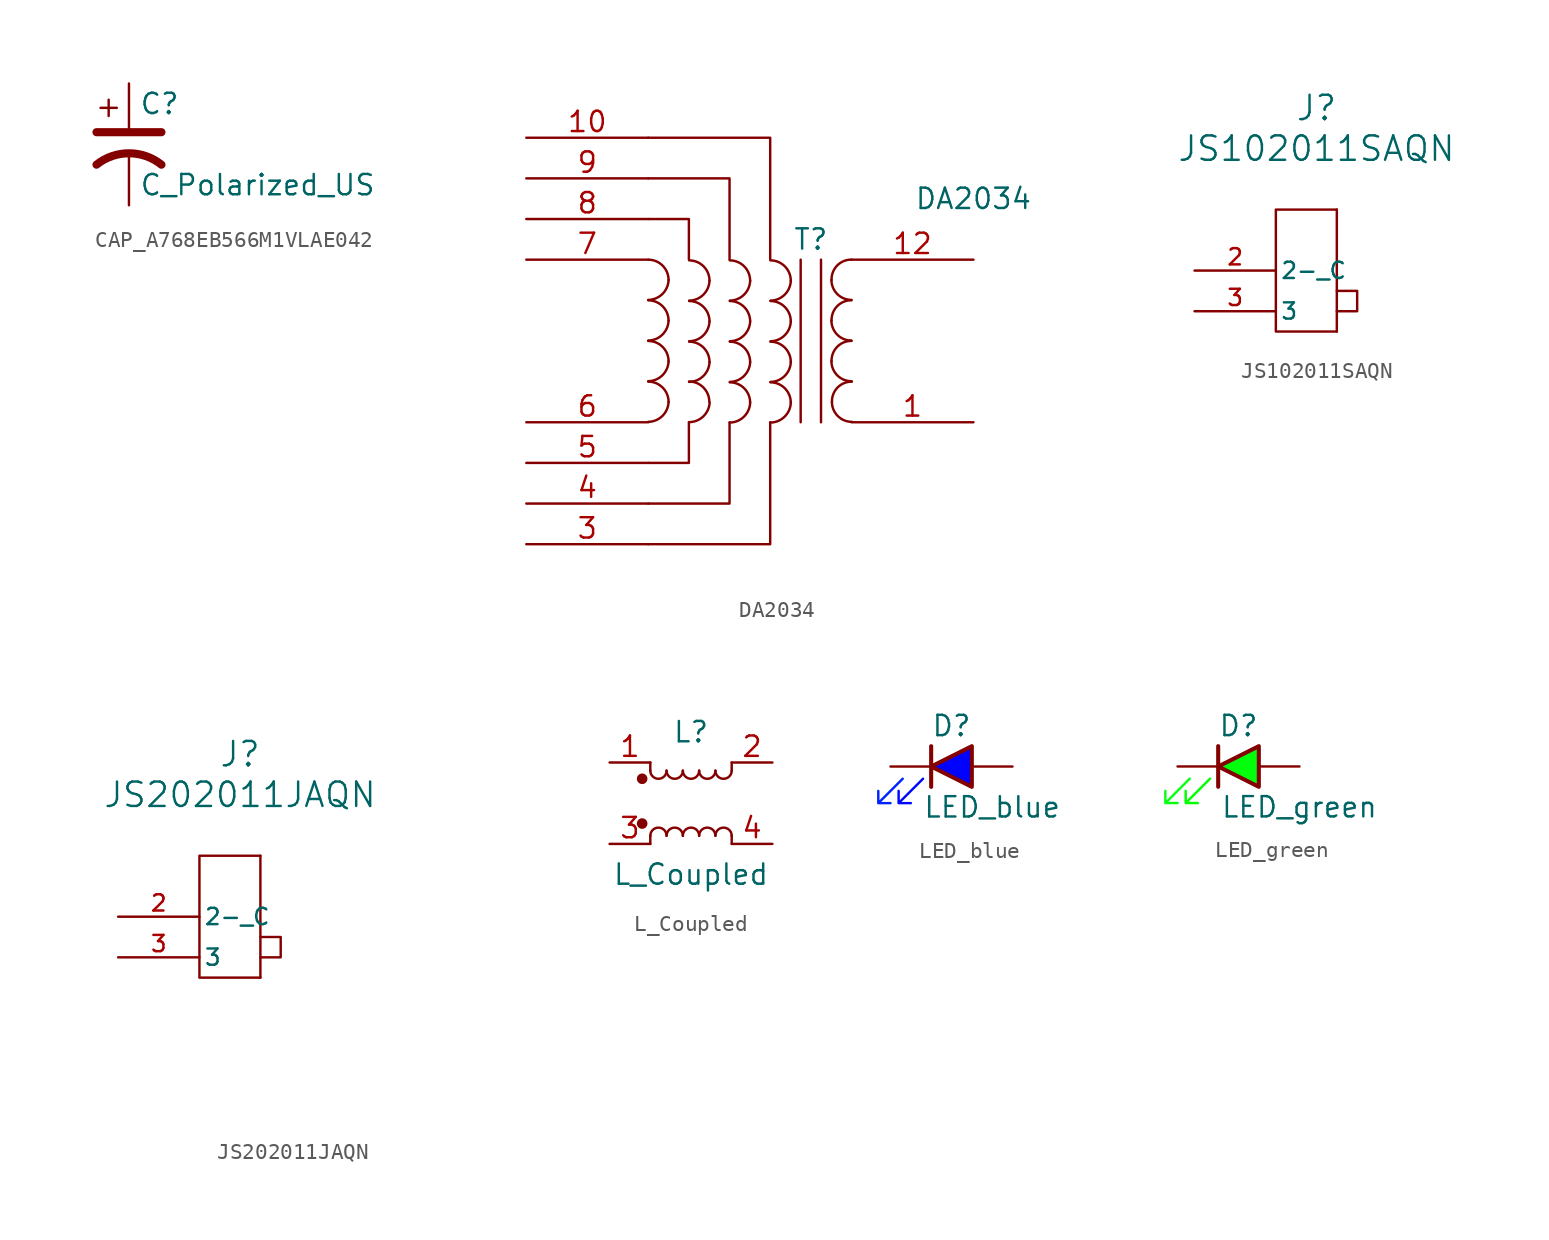
<source format=kicad_sym>
(kicad_symbol_lib
  (version 20241209)
  (generator "kicad_symbol_editor")
  (generator_version "9.0")
  (symbol "CAP_A768EB566M1VLAE042"
    (pin_numbers
      (hide yes))
    (pin_names
      (offset 0.254)
      (hide yes))
    (property "Reference" "C"
      (at 0.635 2.54 0)
      (effects (font (size 1.27 1.27)) (justify left)))
    (property "Value" "C_Polarized_US"
      (at 0.635 -2.54 0)
      (effects (font (size 1.27 1.27)) (justify left)))
    (symbol "CAP_A768EB566M1VLAE042_0_1"
      (polyline (pts (xy -2.032 0.762) (xy 2.032 0.762)) (stroke (width 0.508) (type default)) (fill (type none)))
      (polyline (pts (xy -1.778 2.286) (xy -0.762 2.286)) (stroke (width 0) (type default)) (fill (type none)))
      (polyline (pts (xy -1.27 1.778) (xy -1.27 2.794)) (stroke (width 0) (type default)) (fill (type none)))
      (arc (start -2.032 -1.27) (mid 0 -0.5572) (end 2.032 -1.27) (stroke (width 0.508) (type default)) (fill (type none))))
    (symbol "CAP_A768EB566M1VLAE042_1_1"
      (pin passive line (at 0 3.81 270) (length 2.794) (name "~" (effects (font (size 1.27 1.27)))) (number "1" (effects (font (size 1.27 1.27)))))
      (pin passive line (at 0 -3.81 90) (length 3.302) (name "~" (effects (font (size 1.27 1.27)))) (number "2" (effects (font (size 1.27 1.27)))))))
  (symbol "DA2034"
    (pin_names
      (offset 1.016)
      (hide yes))
    (property "Reference" "T"
      (at 0 6.35 0)
      (effects (font (size 1.27 1.27))))
    (property "Value" "DA2034"
      (at 10.16 8.89 0)
      (effects (font (size 1.27 1.27))))
    (symbol "DA2034_0_1"
      (arc (start -8.89 3.81) (mid -9.2761 2.9337) (end -10.16 2.5654) (stroke (width 0) (type default)) (fill (type none)))
      (arc (start -8.89 1.27) (mid -9.2761 0.3937) (end -10.16 0.0254) (stroke (width 0) (type default)) (fill (type none)))
      (arc (start -8.89 -1.27) (mid -9.2761 -2.1463) (end -10.16 -2.5146) (stroke (width 0) (type default)) (fill (type none)))
      (arc (start -8.89 -3.81) (mid -9.2761 -4.6863) (end -10.16 -5.0546) (stroke (width 0) (type default)) (fill (type none)))
      (arc (start -10.16 5.08) (mid -9.262 4.708) (end -8.89 3.81) (stroke (width 0) (type default)) (fill (type none)))
      (arc (start -10.16 2.54) (mid -9.262 2.168) (end -8.89 1.27) (stroke (width 0) (type default)) (fill (type none)))
      (arc (start -10.16 0) (mid -9.262 -0.372) (end -8.89 -1.27) (stroke (width 0) (type default)) (fill (type none)))
      (arc (start -10.16 -2.54) (mid -9.262 -2.912) (end -8.89 -3.81) (stroke (width 0) (type default)) (fill (type none)))
      (polyline (pts (xy -10.16 12.7) (xy -2.54 12.7) (xy -2.54 5.08)) (stroke (width 0) (type default)) (fill (type none)))
      (polyline (pts (xy -10.16 7.62) (xy -7.62 7.62) (xy -7.62 5.08)) (stroke (width 0) (type default)) (fill (type none)))
      (polyline (pts (xy -10.16 -7.62) (xy -7.62 -7.62) (xy -7.62 -5.08)) (stroke (width 0) (type default)) (fill (type none)))
      (polyline (pts (xy -10.16 -12.7) (xy -2.54 -12.7) (xy -2.54 -5.08)) (stroke (width 0) (type default)) (fill (type none)))
      (arc (start -6.3317 3.7657) (mid -6.7178 2.8894) (end -7.6017 2.5211) (stroke (width 0) (type default)) (fill (type none)))
      (arc (start -6.3317 1.2257) (mid -6.7178 0.3494) (end -7.6017 -0.0189) (stroke (width 0) (type default)) (fill (type none)))
      (arc (start -6.3317 -1.3143) (mid -6.7178 -2.1906) (end -7.6017 -2.5589) (stroke (width 0) (type default)) (fill (type none)))
      (arc (start -7.6116 -2.5316) (mid -6.716 -2.906) (end -6.3416 -3.8016) (stroke (width 0) (type default)) (fill (type none)))
      (arc (start -6.3233 -3.8459) (mid -6.7225 -4.7162) (end -7.6116 -5.0716) (stroke (width 0) (type default)) (fill (type none)))
      (arc (start -7.6017 5.0357) (mid -6.7037 4.6637) (end -6.3317 3.7657) (stroke (width 0) (type default)) (fill (type none)))
      (arc (start -7.6017 2.4957) (mid -6.7037 2.1237) (end -6.3317 1.2257) (stroke (width 0) (type default)) (fill (type none)))
      (arc (start -7.6017 -0.0443) (mid -6.7037 -0.4163) (end -6.3317 -1.3143) (stroke (width 0) (type default)) (fill (type none)))
      (arc (start -3.7917 3.7657) (mid -4.1778 2.8894) (end -5.0617 2.5211) (stroke (width 0) (type default)) (fill (type none)))
      (arc (start -3.7917 1.2257) (mid -4.1778 0.3494) (end -5.0617 -0.0189) (stroke (width 0) (type default)) (fill (type none)))
      (arc (start -3.7917 -1.3143) (mid -4.1778 -2.1906) (end -5.0617 -2.5589) (stroke (width 0) (type default)) (fill (type none)))
      (arc (start -3.7917 -3.8543) (mid -4.1778 -4.7306) (end -5.0617 -5.0989) (stroke (width 0) (type default)) (fill (type none)))
      (polyline (pts (xy -5.08 5.08) (xy -5.08 10.16) (xy -10.16 10.16)) (stroke (width 0) (type default)) (fill (type none)))
      (polyline (pts (xy -5.08 -5.08) (xy -5.08 -10.16) (xy -10.16 -10.16)) (stroke (width 0) (type default)) (fill (type none)))
      (arc (start -5.0617 5.0357) (mid -4.1637 4.6637) (end -3.7917 3.7657) (stroke (width 0) (type default)) (fill (type none)))
      (arc (start -5.0617 2.4957) (mid -4.1637 2.1237) (end -3.7917 1.2257) (stroke (width 0) (type default)) (fill (type none)))
      (arc (start -5.0617 -0.0443) (mid -4.1637 -0.4163) (end -3.7917 -1.3143) (stroke (width 0) (type default)) (fill (type none)))
      (arc (start -5.0617 -2.5843) (mid -4.1637 -2.9563) (end -3.7917 -3.8543) (stroke (width 0) (type default)) (fill (type none)))
      (arc (start -1.2517 3.7657) (mid -1.6378 2.8894) (end -2.5217 2.5211) (stroke (width 0) (type default)) (fill (type none)))
      (arc (start -1.2517 1.2257) (mid -1.6378 0.3494) (end -2.5217 -0.0189) (stroke (width 0) (type default)) (fill (type none)))
      (arc (start -1.2517 -1.3143) (mid -1.6378 -2.1906) (end -2.5217 -2.5589) (stroke (width 0) (type default)) (fill (type none)))
      (arc (start -1.2517 -3.8543) (mid -1.6378 -4.7306) (end -2.5217 -5.0989) (stroke (width 0) (type default)) (fill (type none)))
      (arc (start -2.5217 5.0357) (mid -1.6237 4.6637) (end -1.2517 3.7657) (stroke (width 0) (type default)) (fill (type none)))
      (arc (start -2.5217 2.4957) (mid -1.6237 2.1237) (end -1.2517 1.2257) (stroke (width 0) (type default)) (fill (type none)))
      (arc (start -2.5217 -0.0443) (mid -1.6237 -0.4163) (end -1.2517 -1.3143) (stroke (width 0) (type default)) (fill (type none)))
      (arc (start -2.5217 -2.5843) (mid -1.6237 -2.9563) (end -1.2517 -3.8543) (stroke (width 0) (type default)) (fill (type none)))
      (polyline (pts (xy -0.635 5.08) (xy -0.635 -5.08)) (stroke (width 0) (type default)) (fill (type none)))
      (polyline (pts (xy 0.635 -5.08) (xy 0.635 5.08)) (stroke (width 0) (type default)) (fill (type none)))
      (arc (start 1.2954 3.81) (mid 1.6457 4.7117) (end 2.54 5.08) (stroke (width 0) (type default)) (fill (type none)))
      (arc (start 1.2954 1.27) (mid 1.6457 2.1717) (end 2.54 2.54) (stroke (width 0) (type default)) (fill (type none)))
      (arc (start 1.2954 -1.27) (mid 1.6457 -0.3683) (end 2.54 0) (stroke (width 0) (type default)) (fill (type none)))
      (arc (start 2.54 2.5654) (mid 1.6599 2.9299) (end 1.2954 3.81) (stroke (width 0) (type default)) (fill (type none)))
      (arc (start 2.54 0.0254) (mid 1.6599 0.3899) (end 1.2954 1.27) (stroke (width 0) (type default)) (fill (type none)))
      (arc (start 2.54 -2.5146) (mid 1.6599 -2.1501) (end 1.2954 -1.27) (stroke (width 0) (type default)) (fill (type none)))
      (arc (start 1.3208 -3.81) (mid 1.6711 -2.9085) (end 2.5654 -2.54) (stroke (width 0) (type default)) (fill (type none)))
      (arc (start 2.5654 -5.0546) (mid 1.6851 -4.6902) (end 1.3208 -3.81) (stroke (width 0) (type default)) (fill (type none))))
    (symbol "DA2034_1_1"
      (pin passive line (at -17.78 12.7 0) (length 7.62) (name "AA" (effects (font (size 1.27 1.27)))) (number "10" (effects (font (size 1.27 1.27)))))
      (pin passive line (at -17.78 10.16 0) (length 7.62) (name "AA" (effects (font (size 1.27 1.27)))) (number "9" (effects (font (size 1.27 1.27)))))
      (pin passive line (at -17.78 7.62 0) (length 7.62) (name "AA" (effects (font (size 1.27 1.27)))) (number "8" (effects (font (size 1.27 1.27)))))
      (pin passive line (at -17.78 5.08 0) (length 7.62) (name "AA" (effects (font (size 1.27 1.27)))) (number "7" (effects (font (size 1.27 1.27)))))
      (pin no_connect line (at -17.78 2.54 0) (length 5) (hide yes) (name "AA" (effects (font (size 1.27 1.27)))) (number "11" (effects (font (size 1.27 1.27)))))
      (pin no_connect line (at -17.78 -2.54 0) (length 5) (hide yes) (name "AA" (effects (font (size 1.27 1.27)))) (number "2" (effects (font (size 1.27 1.27)))))
      (pin passive line (at -17.78 -5.08 0) (length 7.62) (name "AA" (effects (font (size 1.27 1.27)))) (number "6" (effects (font (size 1.27 1.27)))))
      (pin passive line (at -17.78 -7.62 0) (length 7.62) (name "AB" (effects (font (size 1.27 1.27)))) (number "5" (effects (font (size 1.27 1.27)))))
      (pin passive line (at -17.78 -10.16 0) (length 7.62) (name "AB" (effects (font (size 1.27 1.27)))) (number "4" (effects (font (size 1.27 1.27)))))
      (pin passive line (at -17.78 -12.7 0) (length 7.62) (name "AB" (effects (font (size 1.27 1.27)))) (number "3" (effects (font (size 1.27 1.27)))))
      (pin passive line (at 10.16 5.08 180) (length 7.62) (name "SB" (effects (font (size 1.27 1.27)))) (number "12" (effects (font (size 1.27 1.27)))))
      (pin passive line (at 10.16 -5.08 180) (length 7.62) (name "SB" (effects (font (size 1.27 1.27)))) (number "1" (effects (font (size 1.27 1.27)))))))
  (symbol "JS102011SAQN"
    (pin_names
      (offset 0.254))
    (property "Reference" "J"
      (at 1.27 8.89 0)
      (effects (font (size 1.524 1.524))))
    (property "Value" "JS102011SAQN"
      (at 1.27 6.35 0)
      (effects (font (size 1.524 1.524))))
    (symbol "JS102011SAQN_0_0"
      (pin bidirectional line (at -6.35 -1.27 0) (length 5.08) (name "2-_C" (effects (font (size 1.016 1.016)))) (number "2" (effects (font (size 1.016 1.016)))))
      (pin bidirectional line (at -6.35 -3.81 0) (length 5.08) (name "3" (effects (font (size 1.016 1.016)))) (number "3" (effects (font (size 1.016 1.016))))))
    (symbol "JS102011SAQN_0_1"
      (polyline (pts (xy 2.54 -2.54) (xy 3.81 -2.54) (xy 3.81 -3.81) (xy 2.54 -3.81)) (stroke (width 0) (type default)) (fill (type none))))
    (symbol "JS102011SAQN_1_0"
      (pin no_connect line (at 1.27 -3.81 90) (length 5.08) (hide yes) (name "1" (effects (font (size 1.016 1.016)))) (number "1" (effects (font (size 1.016 1.016))))))
    (symbol "JS102011SAQN_1_1"
      (polyline (pts (xy 2.54 2.54) (xy 2.54 -5.08)) (stroke (width 0) (type default)) (fill (type none)))
      (polyline (pts (xy 2.54 -5.08) (xy -1.27 -5.08) (xy -1.27 2.54) (xy 2.54 2.54)) (stroke (width 0) (type default)) (fill (type none)))))
  (symbol "JS202011JAQN"
    (pin_names
      (offset 0.254))
    (property "Reference" "J"
      (at 1.27 8.89 0)
      (effects (font (size 1.524 1.524))))
    (property "Value" "JS202011JAQN"
      (at 1.27 6.35 0)
      (effects (font (size 1.524 1.524))))
    (symbol "JS202011JAQN_0_0"
      (pin bidirectional line (at -6.35 -1.27 0) (length 5.08) (name "2-_C" (effects (font (size 1.016 1.016)))) (number "2" (effects (font (size 1.016 1.016)))))
      (pin bidirectional line (at -6.35 -3.81 0) (length 5.08) (name "3" (effects (font (size 1.016 1.016)))) (number "3" (effects (font (size 1.016 1.016))))))
    (symbol "JS202011JAQN_0_1"
      (polyline (pts (xy 2.54 -2.54) (xy 3.81 -2.54) (xy 3.81 -3.81) (xy 2.54 -3.81)) (stroke (width 0) (type default)) (fill (type none))))
    (symbol "JS202011JAQN_1_0"
      (pin no_connect line (at -1.27 -7.62 180) (length 5.08) (hide yes) (name "5" (effects (font (size 1.016 1.016)))) (number "4" (effects (font (size 1.016 1.016)))))
      (pin no_connect line (at -1.27 -10.16 180) (length 5.08) (hide yes) (name "6_-_C" (effects (font (size 1.016 1.016)))) (number "5" (effects (font (size 1.016 1.016)))))
      (pin no_connect line (at -1.27 -12.7 180) (length 5.08) (hide yes) (name "7" (effects (font (size 1.016 1.016)))) (number "6" (effects (font (size 1.016 1.016)))))
      (pin no_connect line (at 11.43 2.54 0) (length 5.08) (hide yes) (name "1" (effects (font (size 1.016 1.016)))) (number "1" (effects (font (size 1.016 1.016))))))
    (symbol "JS202011JAQN_1_1"
      (polyline (pts (xy 2.54 2.54) (xy 2.54 -5.08)) (stroke (width 0) (type default)) (fill (type none)))
      (polyline (pts (xy 2.54 -5.08) (xy -1.27 -5.08) (xy -1.27 2.54) (xy 2.54 2.54)) (stroke (width 0) (type default)) (fill (type none)))))
  (symbol "L_Coupled"
    (pin_names
      (offset 0.254)
      (hide yes))
    (property "Reference" "L"
      (at 0 4.445 0)
      (effects (font (size 1.27 1.27))))
    (property "Value" "L_Coupled"
      (at 0 -4.445 0)
      (effects (font (size 1.27 1.27))))
    (symbol "L_Coupled_0_1"
      (circle (center -3.048 1.524) (radius 0.254) (stroke (width 0) (type default)) (fill (type outline)))
      (circle (center -3.048 -1.27) (radius 0.254) (stroke (width 0) (type default)) (fill (type outline)))
      (polyline (pts (xy -2.54 2.032) (xy -2.54 2.54)) (stroke (width 0) (type default)) (fill (type none)))
      (polyline (pts (xy -2.54 -2.032) (xy -2.54 -2.54)) (stroke (width 0) (type default)) (fill (type none)))
      (arc (start -1.524 2.032) (mid -2.032 1.5262) (end -2.54 2.032) (stroke (width 0) (type default)) (fill (type none)))
      (arc (start -2.54 -2.032) (mid -2.032 -1.5262) (end -1.524 -2.032) (stroke (width 0) (type default)) (fill (type none)))
      (arc (start -0.508 2.032) (mid -1.016 1.5262) (end -1.524 2.032) (stroke (width 0) (type default)) (fill (type none)))
      (arc (start -1.524 -2.032) (mid -1.016 -1.5262) (end -0.508 -2.032) (stroke (width 0) (type default)) (fill (type none)))
      (arc (start 0.508 2.032) (mid 0 1.5262) (end -0.508 2.032) (stroke (width 0) (type default)) (fill (type none)))
      (arc (start -0.508 -2.032) (mid 0 -1.5262) (end 0.508 -2.032) (stroke (width 0) (type default)) (fill (type none)))
      (arc (start 1.524 2.032) (mid 1.016 1.5262) (end 0.508 2.032) (stroke (width 0) (type default)) (fill (type none)))
      (arc (start 0.508 -2.032) (mid 1.016 -1.5262) (end 1.524 -2.032) (stroke (width 0) (type default)) (fill (type none)))
      (arc (start 2.54 2.032) (mid 2.032 1.5262) (end 1.524 2.032) (stroke (width 0) (type default)) (fill (type none)))
      (arc (start 1.524 -2.032) (mid 2.032 -1.5262) (end 2.54 -2.032) (stroke (width 0) (type default)) (fill (type none)))
      (polyline (pts (xy 2.54 2.54) (xy 2.54 2.032)) (stroke (width 0) (type default)) (fill (type none)))
      (polyline (pts (xy 2.54 -2.032) (xy 2.54 -2.54)) (stroke (width 0) (type default)) (fill (type none))))
    (symbol "L_Coupled_1_1"
      (pin passive line (at -5.08 2.54 0) (length 2.54) (name "1" (effects (font (size 1.27 1.27)))) (number "1" (effects (font (size 1.27 1.27)))))
      (pin passive line (at -5.08 -2.54 0) (length 2.54) (name "3" (effects (font (size 1.27 1.27)))) (number "3" (effects (font (size 1.27 1.27)))))
      (pin passive line (at 5.08 2.54 180) (length 2.54) (name "2" (effects (font (size 1.27 1.27)))) (number "2" (effects (font (size 1.27 1.27)))))
      (pin passive line (at 5.08 -2.54 180) (length 2.54) (name "4" (effects (font (size 1.27 1.27)))) (number "4" (effects (font (size 1.27 1.27)))))))
  (symbol "LED_blue"
    (pin_numbers
      (hide yes))
    (pin_names
      (offset 1.016)
      (hide yes))
    (property "Reference" "D"
      (at 0 2.54 0)
      (effects (font (size 1.27 1.27))))
    (property "Value" "LED_blue"
      (at 2.54 -2.54 0)
      (effects (font (size 1.27 1.27))))
    (symbol "LED_blue_0_1"
      (polyline (pts (xy -1.27 -1.27) (xy -1.27 1.27)) (stroke (width 0.254) (type default)) (fill (type none))))
    (symbol "LED_blue_1_1"
      (polyline (pts (xy -3.048 -0.762) (xy -4.572 -2.286) (xy -3.81 -2.286) (xy -4.572 -2.286) (xy -4.572 -1.524)) (stroke (width 0) (type default) (color 0 35 255 1)) (fill (type none)))
      (polyline (pts (xy -1.778 -0.762) (xy -3.302 -2.286) (xy -2.54 -2.286) (xy -3.302 -2.286) (xy -3.302 -1.524)) (stroke (width 0) (type default) (color 0 7 255 1)) (fill (type none)))
      (polyline (pts (xy 1.27 -1.27) (xy 1.27 1.27) (xy -1.27 0) (xy 1.27 -1.27)) (stroke (width 0.254) (type default)) (fill (type color) (color 0 2 255 1)))
      (pin passive line (at -3.81 0 0) (length 2.54) (name "K" (effects (font (size 1.27 1.27)))) (number "1" (effects (font (size 1.27 1.27)))))
      (pin passive line (at 3.81 0 180) (length 2.54) (name "A" (effects (font (size 1.27 1.27)))) (number "2" (effects (font (size 1.27 1.27)))))))
  (symbol "LED_green"
    (pin_numbers
      (hide yes))
    (pin_names
      (offset 1.016)
      (hide yes))
    (property "Reference" "D"
      (at 0 2.54 0)
      (effects (font (size 1.27 1.27))))
    (property "Value" "LED_green"
      (at 3.81 -2.54 0)
      (effects (font (size 1.27 1.27))))
    (symbol "LED_green_0_1"
      (polyline (pts (xy -1.27 -1.27) (xy -1.27 1.27)) (stroke (width 0.254) (type default)) (fill (type none))))
    (symbol "LED_green_1_1"
      (polyline (pts (xy -3.048 -0.762) (xy -4.572 -2.286) (xy -3.81 -2.286) (xy -4.572 -2.286) (xy -4.572 -1.524)) (stroke (width 0) (type default) (color 8 255 17 1)) (fill (type none)))
      (polyline (pts (xy -1.778 -0.762) (xy -3.302 -2.286) (xy -2.54 -2.286) (xy -3.302 -2.286) (xy -3.302 -1.524)) (stroke (width 0) (type default) (color 0 255 0 1)) (fill (type none)))
      (polyline (pts (xy 1.27 -1.27) (xy 1.27 1.27) (xy -1.27 0) (xy 1.27 -1.27)) (stroke (width 0.254) (type default)) (fill (type color) (color 0 255 11 1)))
      (pin passive line (at -3.81 0 0) (length 2.54) (name "K" (effects (font (size 1.27 1.27)))) (number "1" (effects (font (size 1.27 1.27)))))
      (pin passive line (at 3.81 0 180) (length 2.54) (name "A" (effects (font (size 1.27 1.27)))) (number "2" (effects (font (size 1.27 1.27))))))))
</source>
